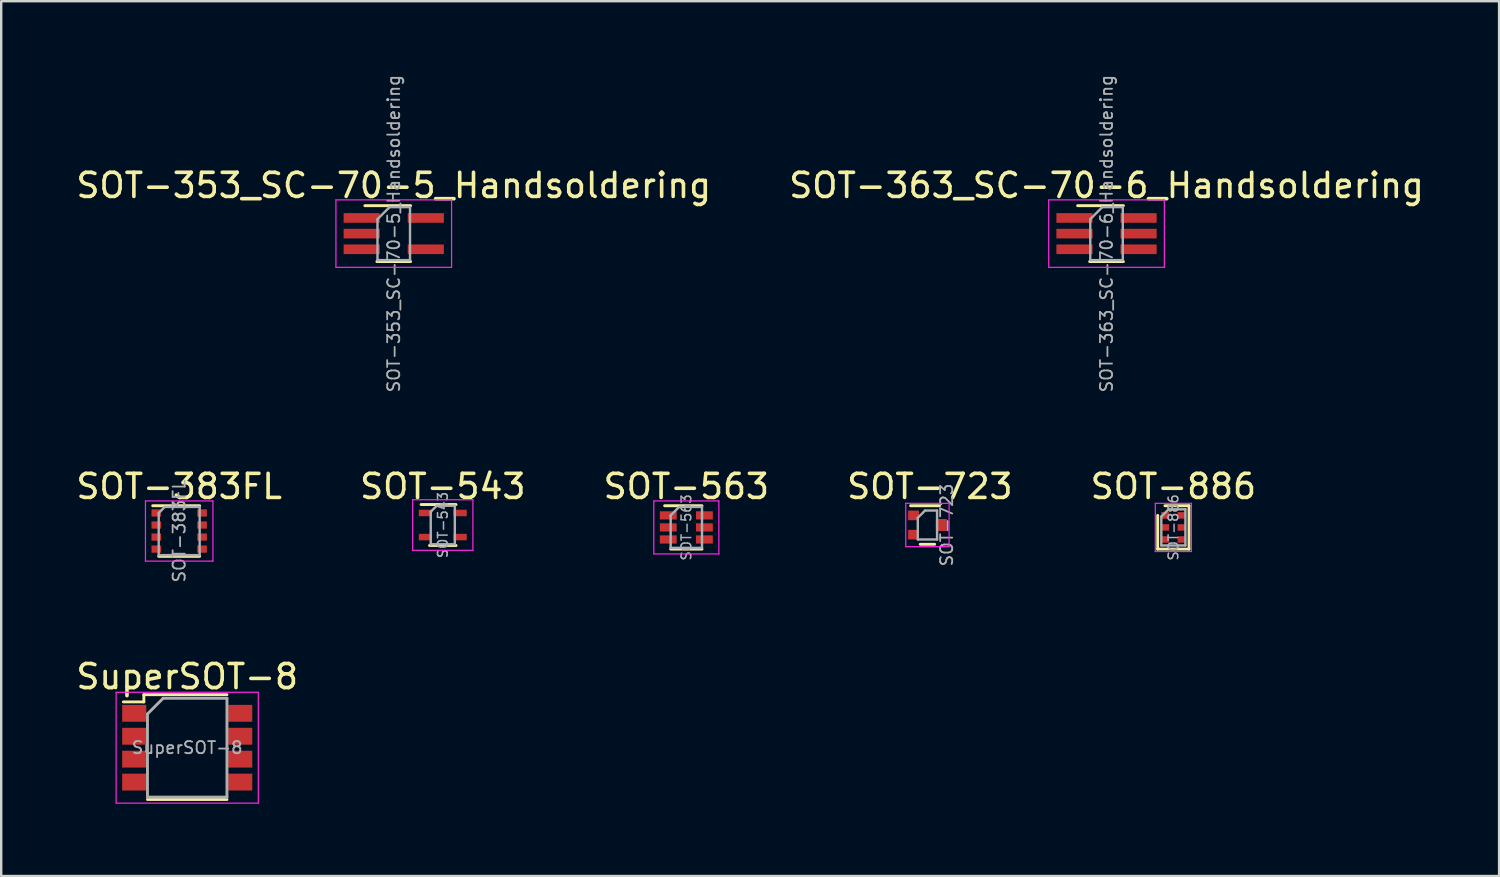
<source format=kicad_pcb>
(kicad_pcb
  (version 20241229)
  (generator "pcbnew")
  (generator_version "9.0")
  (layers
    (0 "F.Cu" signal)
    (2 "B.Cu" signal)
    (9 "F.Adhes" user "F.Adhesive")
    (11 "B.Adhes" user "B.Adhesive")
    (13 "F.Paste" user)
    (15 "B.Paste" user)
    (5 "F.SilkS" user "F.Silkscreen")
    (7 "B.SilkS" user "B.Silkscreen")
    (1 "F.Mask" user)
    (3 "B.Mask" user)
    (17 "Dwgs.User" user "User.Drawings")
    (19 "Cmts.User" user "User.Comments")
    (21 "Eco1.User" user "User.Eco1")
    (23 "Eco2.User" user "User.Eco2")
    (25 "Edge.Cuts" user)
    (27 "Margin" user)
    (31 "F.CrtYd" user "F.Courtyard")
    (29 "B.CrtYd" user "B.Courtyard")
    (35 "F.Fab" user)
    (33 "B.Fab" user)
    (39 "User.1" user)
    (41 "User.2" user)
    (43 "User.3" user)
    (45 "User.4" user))
  (footprint "SOT-886"
    (layer "F.Cu")
    (at 45.649 18.84)
    (property "Reference" "SOT-886" (at 0 -1.7 180) (layer "F.SilkS") (effects (font (size 1 1) (thickness 0.15))))
    (attr smd)
    (fp_line (start -0.65 -0.5) (end -0.65 0.9) (stroke (width 0.12) (type solid)) (layer "F.SilkS"))
    (fp_line (start -0.65 0.9) (end 0.65 0.9) (stroke (width 0.12) (type solid)) (layer "F.SilkS"))
    (fp_line (start 0.65 -0.9) (end -0.35 -0.9) (stroke (width 0.12) (type solid)) (layer "F.SilkS"))
    (fp_line (start 0.65 0.9) (end 0.65 -0.9) (stroke (width 0.12) (type solid)) (layer "F.SilkS"))
    (fp_line (start -0.75 -1) (end -0.75 1) (stroke (width 0.05) (type solid)) (layer "F.CrtYd"))
    (fp_line (start -0.75 -1) (end 0.75 -1) (stroke (width 0.05) (type solid)) (layer "F.CrtYd"))
    (fp_line (start 0.75 1) (end -0.75 1) (stroke (width 0.05) (type solid)) (layer "F.CrtYd"))
    (fp_line (start 0.75 1) (end 0.75 -1) (stroke (width 0.05) (type solid)) (layer "F.CrtYd"))
    (fp_line (start -0.5 -0.45) (end -0.5 0.75) (stroke (width 0.1) (type solid)) (layer "F.Fab"))
    (fp_line (start -0.5 0.75) (end 0.5 0.75) (stroke (width 0.1) (type solid)) (layer "F.Fab"))
    (fp_line (start -0.2 -0.75) (end -0.5 -0.45) (stroke (width 0.1) (type solid)) (layer "F.Fab"))
    (fp_line (start 0.5 -0.75) (end -0.2 -0.75) (stroke (width 0.1) (type solid)) (layer "F.Fab"))
    (fp_line (start 0.5 0.75) (end 0.5 -0.75) (stroke (width 0.1) (type solid)) (layer "F.Fab"))
    (fp_text user "${REFERENCE}" (at 0 0 90) (layer "F.Fab") (effects (font (size 0.4 0.4) (thickness 0.062))))
    (pad "1" smd rect (at -0.34 -0.5) (size 0.33 0.27) (layers "F.Cu" "F.Mask" "F.Paste"))
    (pad "2" smd rect (at -0.34 0) (size 0.33 0.27) (layers "F.Cu" "F.Mask" "F.Paste"))
    (pad "3" smd rect (at -0.34 0.5) (size 0.33 0.27) (layers "F.Cu" "F.Mask" "F.Paste"))
    (pad "4" smd rect (at 0.34 0.5) (size 0.33 0.27) (layers "F.Cu" "F.Mask" "F.Paste"))
    (pad "5" smd rect (at 0.34 0) (size 0.33 0.27) (layers "F.Cu" "F.Mask" "F.Paste"))
    (pad "6" smd rect (at 0.34 -0.5) (size 0.33 0.27) (layers "F.Cu" "F.Mask" "F.Paste")))
  (footprint "SuperSOT-8"
    (layer "F.Cu")
    (at 4.72 27.982)
    (property "Reference" "SuperSOT-8" (at 0 -2.95 0) (layer "F.SilkS") (effects (font (size 1 1) (thickness 0.15))))
    (attr smd)
    (fp_line (start -2.65 -1.9) (end -1.8 -1.9) (stroke (width 0.12) (type solid)) (layer "F.SilkS"))
    (fp_line (start -1.8 -2.2) (end 1.65 -2.2) (stroke (width 0.12) (type solid)) (layer "F.SilkS"))
    (fp_line (start -1.8 -1.9) (end -1.8 -2.2) (stroke (width 0.12) (type solid)) (layer "F.SilkS"))
    (fp_line (start 1.65 2.15) (end -1.65 2.15) (stroke (width 0.12) (type solid)) (layer "F.SilkS"))
    (fp_line (start -2.95 -2.3) (end -2.95 2.3) (stroke (width 0.05) (type solid)) (layer "F.CrtYd"))
    (fp_line (start -2.95 -2.3) (end 2.95 -2.3) (stroke (width 0.05) (type solid)) (layer "F.CrtYd"))
    (fp_line (start 2.95 2.3) (end -2.95 2.3) (stroke (width 0.05) (type solid)) (layer "F.CrtYd"))
    (fp_line (start 2.95 2.3) (end 2.95 -2.3) (stroke (width 0.05) (type solid)) (layer "F.CrtYd"))
    (fp_line (start -1.65 -1.4) (end -1 -2.05) (stroke (width 0.12) (type solid)) (layer "F.Fab"))
    (fp_line (start -1.65 2.05) (end -1.65 -1.4) (stroke (width 0.12) (type solid)) (layer "F.Fab"))
    (fp_line (start -1 -2.05) (end 1.65 -2.05) (stroke (width 0.12) (type solid)) (layer "F.Fab"))
    (fp_line (start 1.65 -2.05) (end 1.65 2.05) (stroke (width 0.12) (type solid)) (layer "F.Fab"))
    (fp_line (start 1.65 2.05) (end -1.65 2.05) (stroke (width 0.12) (type solid)) (layer "F.Fab"))
    (fp_text user "${REFERENCE}" (at 0 0 0) (layer "F.Fab") (effects (font (size 0.5 0.5) (thickness 0.075))))
    (pad "1" smd rect (at -2.2 -1.427) (size 1 0.7) (layers "F.Cu" "F.Mask" "F.Paste"))
    (pad "2" smd rect (at -2.2 -0.475) (size 1 0.7) (layers "F.Cu" "F.Mask" "F.Paste"))
    (pad "3" smd rect (at -2.2 0.475) (size 1 0.7) (layers "F.Cu" "F.Mask" "F.Paste"))
    (pad "4" smd rect (at -2.2 1.427) (size 1 0.7) (layers "F.Cu" "F.Mask" "F.Paste"))
    (pad "5" smd rect (at 2.2 1.427) (size 1 0.7) (layers "F.Cu" "F.Mask" "F.Paste"))
    (pad "6" smd rect (at 2.2 0.475) (size 1 0.7) (layers "F.Cu" "F.Mask" "F.Paste"))
    (pad "7" smd rect (at 2.2 -0.475) (size 1 0.7) (layers "F.Cu" "F.Mask" "F.Paste"))
    (pad "8" smd rect (at 2.2 -1.427) (size 1 0.7) (layers "F.Cu" "F.Mask" "F.Paste")))
  (footprint "SOT-543"
    (layer "F.Cu")
    (at 15.327 18.74)
    (property "Reference" "SOT-543" (at 0 -1.6 0) (layer "F.SilkS") (effects (font (size 1 1) (thickness 0.15))))
    (attr smd)
    (fp_line (start 0.55 -0.85) (end -0.9 -0.85) (stroke (width 0.12) (type solid)) (layer "F.SilkS"))
    (fp_line (start 0.55 0.85) (end -0.55 0.85) (stroke (width 0.12) (type solid)) (layer "F.SilkS"))
    (fp_line (start -1.25 1.05) (end -1.25 -1.05) (stroke (width 0.05) (type solid)) (layer "F.CrtYd"))
    (fp_line (start -1.25 1.05) (end 1.25 1.05) (stroke (width 0.05) (type solid)) (layer "F.CrtYd"))
    (fp_line (start 1.25 -1.05) (end -1.25 -1.05) (stroke (width 0.05) (type solid)) (layer "F.CrtYd"))
    (fp_line (start 1.25 -1.05) (end 1.25 1.05) (stroke (width 0.05) (type solid)) (layer "F.CrtYd"))
    (fp_line (start -0.5 -0.55) (end -0.5 0.8) (stroke (width 0.1) (type solid)) (layer "F.Fab"))
    (fp_line (start -0.5 0.8) (end 0.5 0.8) (stroke (width 0.1) (type solid)) (layer "F.Fab"))
    (fp_line (start -0.25 -0.8) (end -0.5 -0.55) (stroke (width 0.1) (type solid)) (layer "F.Fab"))
    (fp_line (start 0.5 -0.8) (end -0.25 -0.8) (stroke (width 0.1) (type solid)) (layer "F.Fab"))
    (fp_line (start 0.5 0.8) (end 0.5 -0.8) (stroke (width 0.1) (type solid)) (layer "F.Fab"))
    (fp_text user "${REFERENCE}" (at 0 0 90) (layer "F.Fab") (effects (font (size 0.4 0.4) (thickness 0.065))))
    (pad "1" smd rect (at -0.72 -0.5 270) (size 0.27 0.55) (layers "F.Cu" "F.Mask" "F.Paste"))
    (pad "2" smd rect (at -0.72 0.5 270) (size 0.27 0.55) (layers "F.Cu" "F.Mask" "F.Paste"))
    (pad "3" smd rect (at 0.72 0.5 270) (size 0.27 0.55) (layers "F.Cu" "F.Mask" "F.Paste"))
    (pad "4" smd rect (at 0.72 -0.5 270) (size 0.27 0.55) (layers "F.Cu" "F.Mask" "F.Paste")))
  (footprint "SOT-723"
    (layer "F.Cu")
    (at 35.442 18.74)
    (property "Reference" "SOT-723" (at 0.1 -1.6 0) (layer "F.SilkS") (effects (font (size 1 1) (thickness 0.15))))
    (attr smd)
    (fp_line (start 0.3 0.8) (end -0.3 0.8) (stroke (width 0.12) (type solid)) (layer "F.SilkS"))
    (fp_line (start 0.5 -0.8) (end -0.7 -0.8) (stroke (width 0.12) (type solid)) (layer "F.SilkS"))
    (fp_line (start -0.9 -0.9) (end -0.9 -0.9) (stroke (width 0.05) (type solid)) (layer "F.CrtYd"))
    (fp_line (start -0.9 -0.9) (end 0.9 -0.9) (stroke (width 0.05) (type solid)) (layer "F.CrtYd"))
    (fp_line (start -0.9 0.9) (end -0.9 -0.9) (stroke (width 0.05) (type solid)) (layer "F.CrtYd"))
    (fp_line (start 0.9 -0.9) (end 0.9 0.9) (stroke (width 0.05) (type solid)) (layer "F.CrtYd"))
    (fp_line (start 0.9 0.9) (end -0.9 0.9) (stroke (width 0.05) (type solid)) (layer "F.CrtYd"))
    (fp_line (start -0.4 -0.3) (end -0.1 -0.6) (stroke (width 0.1) (type solid)) (layer "F.Fab"))
    (fp_line (start -0.4 0.6) (end -0.4 -0.3) (stroke (width 0.1) (type solid)) (layer "F.Fab"))
    (fp_line (start -0.1 -0.6) (end 0.4 -0.6) (stroke (width 0.1) (type solid)) (layer "F.Fab"))
    (fp_line (start 0.4 -0.6) (end 0.4 0.6) (stroke (width 0.1) (type solid)) (layer "F.Fab"))
    (fp_line (start 0.4 0.6) (end -0.4 0.6) (stroke (width 0.1) (type solid)) (layer "F.Fab"))
    (fp_text user "${REFERENCE}" (at 0.8 0 90) (layer "F.Fab") (effects (font (size 0.5 0.5) (thickness 0.075))))
    (pad "1" smd rect (at -0.575 -0.4) (size 0.45 0.4) (layers "F.Cu" "F.Mask" "F.Paste"))
    (pad "2" smd rect (at -0.575 0.4) (size 0.45 0.4) (layers "F.Cu" "F.Mask" "F.Paste"))
    (pad "3" smd rect (at 0.575 0) (size 0.45 0.5) (layers "F.Cu" "F.Mask" "F.Paste")))
  (footprint "SOT-363_SC-70-6_Handsoldering"
    (layer "F.Cu")
    (at 42.875 6.646)
    (property "Reference" "SOT-363_SC-70-6_Handsoldering" (at 0 -2 0) (layer "F.SilkS") (effects (font (size 1 1) (thickness 0.15))))
    (attr smd)
    (fp_line (start -0.7 1.16) (end 0.7 1.16) (stroke (width 0.12) (type solid)) (layer "F.SilkS"))
    (fp_line (start 0.7 -1.16) (end -1.2 -1.16) (stroke (width 0.12) (type solid)) (layer "F.SilkS"))
    (fp_line (start -2.4 -1.4) (end -2.4 1.4) (stroke (width 0.05) (type solid)) (layer "F.CrtYd"))
    (fp_line (start -2.4 -1.4) (end 2.4 -1.4) (stroke (width 0.05) (type solid)) (layer "F.CrtYd"))
    (fp_line (start -2.4 1.4) (end 2.4 1.4) (stroke (width 0.05) (type solid)) (layer "F.CrtYd"))
    (fp_line (start 2.4 1.4) (end 2.4 -1.4) (stroke (width 0.05) (type solid)) (layer "F.CrtYd"))
    (fp_line (start -0.675 -0.6) (end -0.675 1.1) (stroke (width 0.1) (type solid)) (layer "F.Fab"))
    (fp_line (start -0.175 -1.1) (end -0.675 -0.6) (stroke (width 0.1) (type solid)) (layer "F.Fab"))
    (fp_line (start 0.675 -1.1) (end -0.175 -1.1) (stroke (width 0.1) (type solid)) (layer "F.Fab"))
    (fp_line (start 0.675 -1.1) (end 0.675 1.1) (stroke (width 0.1) (type solid)) (layer "F.Fab"))
    (fp_line (start 0.675 1.1) (end -0.675 1.1) (stroke (width 0.1) (type solid)) (layer "F.Fab"))
    (fp_text user "${REFERENCE}" (at 0 0 90) (layer "F.Fab") (effects (font (size 0.5 0.5) (thickness 0.075))))
    (pad "1" smd rect (at -1.33 -0.65) (size 1.5 0.4) (layers "F.Cu" "F.Mask" "F.Paste"))
    (pad "2" smd rect (at -1.33 0) (size 1.5 0.4) (layers "F.Cu" "F.Mask" "F.Paste"))
    (pad "3" smd rect (at -1.33 0.65) (size 1.5 0.4) (layers "F.Cu" "F.Mask" "F.Paste"))
    (pad "4" smd rect (at 1.33 0.65) (size 1.5 0.4) (layers "F.Cu" "F.Mask" "F.Paste"))
    (pad "5" smd rect (at 1.33 0) (size 1.5 0.4) (layers "F.Cu" "F.Mask" "F.Paste"))
    (pad "6" smd rect (at 1.33 -0.65) (size 1.5 0.4) (layers "F.Cu" "F.Mask" "F.Paste")))
  (footprint "SOT-563"
    (layer "F.Cu")
    (at 25.435 18.84)
    (property "Reference" "SOT-563" (at 0 -1.7 0) (layer "F.SilkS") (effects (font (size 1 1) (thickness 0.15))))
    (attr smd)
    (fp_line (start -0.9 -0.9) (end 0.65 -0.9) (stroke (width 0.12) (type solid)) (layer "F.SilkS"))
    (fp_line (start 0.65 0.9) (end -0.65 0.9) (stroke (width 0.12) (type solid)) (layer "F.SilkS"))
    (fp_line (start -1.35 -1.1) (end -1.35 1.1) (stroke (width 0.05) (type solid)) (layer "F.CrtYd"))
    (fp_line (start -1.35 -1.1) (end 1.35 -1.1) (stroke (width 0.05) (type solid)) (layer "F.CrtYd"))
    (fp_line (start 1.35 1.1) (end -1.35 1.1) (stroke (width 0.05) (type solid)) (layer "F.CrtYd"))
    (fp_line (start 1.35 1.1) (end 1.35 -1.1) (stroke (width 0.05) (type solid)) (layer "F.CrtYd"))
    (fp_line (start -0.65 -0.5) (end -0.65 0.85) (stroke (width 0.1) (type solid)) (layer "F.Fab"))
    (fp_line (start -0.65 -0.5) (end -0.3 -0.85) (stroke (width 0.1) (type solid)) (layer "F.Fab"))
    (fp_line (start -0.65 0.85) (end 0.65 0.85) (stroke (width 0.1) (type solid)) (layer "F.Fab"))
    (fp_line (start 0.65 -0.85) (end -0.3 -0.85) (stroke (width 0.1) (type solid)) (layer "F.Fab"))
    (fp_line (start 0.65 0.85) (end 0.65 -0.85) (stroke (width 0.1) (type solid)) (layer "F.Fab"))
    (fp_text user "${REFERENCE}" (at 0 0 90) (layer "F.Fab") (effects (font (size 0.4 0.4) (thickness 0.062))))
    (pad "1" smd rect (at -0.75 -0.5) (size 0.7 0.34) (layers "F.Cu" "F.Mask" "F.Paste"))
    (pad "2" smd rect (at -0.75 0) (size 0.7 0.34) (layers "F.Cu" "F.Mask" "F.Paste"))
    (pad "3" smd rect (at -0.75 0.5) (size 0.7 0.34) (layers "F.Cu" "F.Mask" "F.Paste"))
    (pad "4" smd rect (at 0.75 0.5) (size 0.7 0.34) (layers "F.Cu" "F.Mask" "F.Paste"))
    (pad "5" smd rect (at 0.75 0) (size 0.7 0.34) (layers "F.Cu" "F.Mask" "F.Paste"))
    (pad "6" smd rect (at 0.75 -0.5) (size 0.7 0.34) (layers "F.Cu" "F.Mask" "F.Paste")))
  (footprint "SOT-383FL"
    (layer "F.Cu")
    (at 4.387 18.99)
    (property "Reference" "SOT-383FL" (at 0 -1.85 0) (layer "F.SilkS") (effects (font (size 1 1) (thickness 0.15))))
    (attr smd)
    (fp_line (start -0.85 1.05) (end 0.85 1.05) (stroke (width 0.12) (type solid)) (layer "F.SilkS"))
    (fp_line (start 0.85 -1.05) (end -1.1 -1.05) (stroke (width 0.12) (type solid)) (layer "F.SilkS"))
    (fp_line (start -1.4 -1.25) (end -1.4 1.25) (stroke (width 0.05) (type solid)) (layer "F.CrtYd"))
    (fp_line (start -1.4 -1.25) (end 1.4 -1.25) (stroke (width 0.05) (type solid)) (layer "F.CrtYd"))
    (fp_line (start 1.4 1.25) (end -1.4 1.25) (stroke (width 0.05) (type solid)) (layer "F.CrtYd"))
    (fp_line (start 1.4 1.25) (end 1.4 -1.25) (stroke (width 0.05) (type solid)) (layer "F.CrtYd"))
    (fp_line (start -0.85 -0.75) (end -0.85 1) (stroke (width 0.1) (type solid)) (layer "F.Fab"))
    (fp_line (start -0.85 -0.75) (end -0.6 -1) (stroke (width 0.1) (type solid)) (layer "F.Fab"))
    (fp_line (start -0.85 1) (end 0.85 1) (stroke (width 0.1) (type solid)) (layer "F.Fab"))
    (fp_line (start -0.6 -1) (end 0.85 -1) (stroke (width 0.1) (type solid)) (layer "F.Fab"))
    (fp_line (start 0.85 1) (end 0.85 -1) (stroke (width 0.1) (type solid)) (layer "F.Fab"))
    (fp_text user "${REFERENCE}" (at 0 0 90) (layer "F.Fab") (effects (font (size 0.5 0.5) (thickness 0.075))))
    (pad "1" smd rect (at -0.95 -0.75) (size 0.4 0.3) (layers "F.Cu" "F.Mask" "F.Paste"))
    (pad "2" smd rect (at -0.95 -0.25) (size 0.4 0.3) (layers "F.Cu" "F.Mask" "F.Paste"))
    (pad "3" smd rect (at -0.95 0.25) (size 0.4 0.3) (layers "F.Cu" "F.Mask" "F.Paste"))
    (pad "4" smd rect (at -0.95 0.75) (size 0.4 0.3) (layers "F.Cu" "F.Mask" "F.Paste"))
    (pad "5" smd rect (at 0.95 0.75) (size 0.4 0.3) (layers "F.Cu" "F.Mask" "F.Paste"))
    (pad "6" smd rect (at 0.95 0.25) (size 0.4 0.3) (layers "F.Cu" "F.Mask" "F.Paste"))
    (pad "7" smd rect (at 0.95 -0.25) (size 0.4 0.3) (layers "F.Cu" "F.Mask" "F.Paste"))
    (pad "8" smd rect (at 0.95 -0.75) (size 0.4 0.3) (layers "F.Cu" "F.Mask" "F.Paste")))
  (footprint "SOT-353_SC-70-5_Handsoldering"
    (layer "F.Cu")
    (at 13.292 6.646)
    (property "Reference" "SOT-353_SC-70-5_Handsoldering" (at 0 -2 0) (layer "F.SilkS") (effects (font (size 1 1) (thickness 0.15))))
    (attr smd)
    (fp_line (start -0.7 1.16) (end 0.7 1.16) (stroke (width 0.12) (type solid)) (layer "F.SilkS"))
    (fp_line (start 0.7 -1.16) (end -1.2 -1.16) (stroke (width 0.12) (type solid)) (layer "F.SilkS"))
    (fp_line (start -2.4 -1.4) (end -2.4 1.4) (stroke (width 0.05) (type solid)) (layer "F.CrtYd"))
    (fp_line (start -2.4 -1.4) (end 2.4 -1.4) (stroke (width 0.05) (type solid)) (layer "F.CrtYd"))
    (fp_line (start -2.4 1.4) (end 2.4 1.4) (stroke (width 0.05) (type solid)) (layer "F.CrtYd"))
    (fp_line (start 2.4 1.4) (end 2.4 -1.4) (stroke (width 0.05) (type solid)) (layer "F.CrtYd"))
    (fp_line (start -0.675 -0.6) (end -0.675 1.1) (stroke (width 0.1) (type solid)) (layer "F.Fab"))
    (fp_line (start -0.175 -1.1) (end -0.675 -0.6) (stroke (width 0.1) (type solid)) (layer "F.Fab"))
    (fp_line (start 0.675 -1.1) (end -0.175 -1.1) (stroke (width 0.1) (type solid)) (layer "F.Fab"))
    (fp_line (start 0.675 -1.1) (end 0.675 1.1) (stroke (width 0.1) (type solid)) (layer "F.Fab"))
    (fp_line (start 0.675 1.1) (end -0.675 1.1) (stroke (width 0.1) (type solid)) (layer "F.Fab"))
    (fp_text user "${REFERENCE}" (at 0 0 90) (layer "F.Fab") (effects (font (size 0.5 0.5) (thickness 0.075))))
    (pad "1" smd rect (at -1.33 -0.65) (size 1.5 0.4) (layers "F.Cu" "F.Mask" "F.Paste"))
    (pad "2" smd rect (at -1.33 0) (size 1.5 0.4) (layers "F.Cu" "F.Mask" "F.Paste"))
    (pad "3" smd rect (at -1.33 0.65) (size 1.5 0.4) (layers "F.Cu" "F.Mask" "F.Paste"))
    (pad "4" smd rect (at 1.33 0.65) (size 1.5 0.4) (layers "F.Cu" "F.Mask" "F.Paste"))
    (pad "5" smd rect (at 1.33 -0.65) (size 1.5 0.4) (layers "F.Cu" "F.Mask" "F.Paste")))
  (gr_rect
    (start -3 -3)
    (end 59.167 33.307)
    (stroke (width 0.1) (type default))
    (fill no)
    (layer "Edge.Cuts")))
</source>
